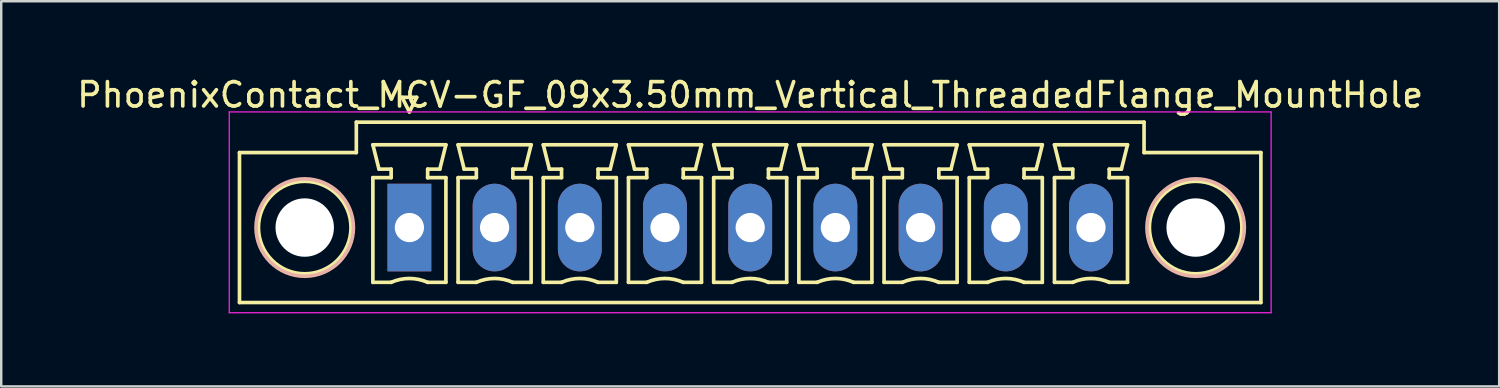
<source format=kicad_pcb>
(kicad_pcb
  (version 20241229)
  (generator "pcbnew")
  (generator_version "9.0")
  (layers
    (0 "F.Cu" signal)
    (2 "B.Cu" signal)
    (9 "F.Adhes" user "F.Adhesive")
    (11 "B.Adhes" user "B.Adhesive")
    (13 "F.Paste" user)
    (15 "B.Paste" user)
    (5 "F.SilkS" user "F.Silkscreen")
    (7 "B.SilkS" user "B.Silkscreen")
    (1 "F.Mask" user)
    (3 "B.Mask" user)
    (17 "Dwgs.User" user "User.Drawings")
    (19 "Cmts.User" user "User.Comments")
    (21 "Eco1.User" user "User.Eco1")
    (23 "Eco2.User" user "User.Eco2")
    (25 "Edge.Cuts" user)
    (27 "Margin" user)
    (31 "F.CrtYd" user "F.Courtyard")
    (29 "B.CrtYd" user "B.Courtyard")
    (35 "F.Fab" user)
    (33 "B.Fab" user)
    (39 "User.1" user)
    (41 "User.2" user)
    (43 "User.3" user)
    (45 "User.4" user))
  (footprint "PhoenixContact_MCV-GF_09x3.50mm_Vertical_ThreadedFlange_MountHole"
    (layer "F.Cu")
    (at 13.768 6.298)
    (property "Reference" "PhoenixContact_MCV-GF_09x3.50mm_Vertical_ThreadedFlange_MountHole" (at 14 -5.45 0) (layer "F.SilkS") (effects (font (size 1 1) (thickness 0.15))))
    (attr through_hole)
    (fp_line (start -6.98 -3.08) (end -6.98 3.08) (stroke (width 0.15) (type solid)) (layer "F.SilkS"))
    (fp_line (start -6.98 3.08) (end 34.98 3.08) (stroke (width 0.15) (type solid)) (layer "F.SilkS"))
    (fp_line (start -2.18 -4.33) (end -2.18 -3.08) (stroke (width 0.15) (type solid)) (layer "F.SilkS"))
    (fp_line (start -2.18 -3.08) (end -6.98 -3.08) (stroke (width 0.15) (type solid)) (layer "F.SilkS"))
    (fp_line (start -1.5 -3.4) (end 1.5 -3.4) (stroke (width 0.15) (type solid)) (layer "F.SilkS"))
    (fp_line (start -1.5 -2.05) (end -0.75 -2.05) (stroke (width 0.15) (type solid)) (layer "F.SilkS"))
    (fp_line (start -1.5 2.25) (end -1.5 -2.05) (stroke (width 0.15) (type solid)) (layer "F.SilkS"))
    (fp_line (start -1.25 -2.4) (end -1.5 -3.4) (stroke (width 0.15) (type solid)) (layer "F.SilkS"))
    (fp_line (start -0.75 -2.4) (end -1.25 -2.4) (stroke (width 0.15) (type solid)) (layer "F.SilkS"))
    (fp_line (start -0.75 -2.05) (end -0.75 -2.4) (stroke (width 0.15) (type solid)) (layer "F.SilkS"))
    (fp_line (start -0.75 2.25) (end -1.5 2.25) (stroke (width 0.15) (type solid)) (layer "F.SilkS"))
    (fp_line (start -0.3 -5.35) (end 0 -4.75) (stroke (width 0.15) (type solid)) (layer "F.SilkS"))
    (fp_line (start 0 -4.75) (end 0.3 -5.35) (stroke (width 0.15) (type solid)) (layer "F.SilkS"))
    (fp_line (start 0.3 -5.35) (end -0.3 -5.35) (stroke (width 0.15) (type solid)) (layer "F.SilkS"))
    (fp_line (start 0.75 -2.4) (end 0.75 -2.05) (stroke (width 0.15) (type solid)) (layer "F.SilkS"))
    (fp_line (start 0.75 -2.05) (end 0.75 -2.05) (stroke (width 0.15) (type solid)) (layer "F.SilkS"))
    (fp_line (start 0.75 -2.05) (end 1.5 -2.05) (stroke (width 0.15) (type solid)) (layer "F.SilkS"))
    (fp_line (start 1.25 -2.4) (end 0.75 -2.4) (stroke (width 0.15) (type solid)) (layer "F.SilkS"))
    (fp_line (start 1.5 -3.4) (end 1.25 -2.4) (stroke (width 0.15) (type solid)) (layer "F.SilkS"))
    (fp_line (start 1.5 -2.05) (end 1.5 2.25) (stroke (width 0.15) (type solid)) (layer "F.SilkS"))
    (fp_line (start 1.5 2.25) (end 0.75 2.25) (stroke (width 0.15) (type solid)) (layer "F.SilkS"))
    (fp_line (start 2 -3.4) (end 5 -3.4) (stroke (width 0.15) (type solid)) (layer "F.SilkS"))
    (fp_line (start 2 -2.05) (end 2.75 -2.05) (stroke (width 0.15) (type solid)) (layer "F.SilkS"))
    (fp_line (start 2 2.25) (end 2 -2.05) (stroke (width 0.15) (type solid)) (layer "F.SilkS"))
    (fp_line (start 2.25 -2.4) (end 2 -3.4) (stroke (width 0.15) (type solid)) (layer "F.SilkS"))
    (fp_line (start 2.75 -2.4) (end 2.25 -2.4) (stroke (width 0.15) (type solid)) (layer "F.SilkS"))
    (fp_line (start 2.75 -2.05) (end 2.75 -2.4) (stroke (width 0.15) (type solid)) (layer "F.SilkS"))
    (fp_line (start 2.75 2.25) (end 2 2.25) (stroke (width 0.15) (type solid)) (layer "F.SilkS"))
    (fp_line (start 4.25 -2.4) (end 4.25 -2.05) (stroke (width 0.15) (type solid)) (layer "F.SilkS"))
    (fp_line (start 4.25 -2.05) (end 4.25 -2.05) (stroke (width 0.15) (type solid)) (layer "F.SilkS"))
    (fp_line (start 4.25 -2.05) (end 5 -2.05) (stroke (width 0.15) (type solid)) (layer "F.SilkS"))
    (fp_line (start 4.75 -2.4) (end 4.25 -2.4) (stroke (width 0.15) (type solid)) (layer "F.SilkS"))
    (fp_line (start 5 -3.4) (end 4.75 -2.4) (stroke (width 0.15) (type solid)) (layer "F.SilkS"))
    (fp_line (start 5 -2.05) (end 5 2.25) (stroke (width 0.15) (type solid)) (layer "F.SilkS"))
    (fp_line (start 5 2.25) (end 4.25 2.25) (stroke (width 0.15) (type solid)) (layer "F.SilkS"))
    (fp_line (start 5.5 -3.4) (end 8.5 -3.4) (stroke (width 0.15) (type solid)) (layer "F.SilkS"))
    (fp_line (start 5.5 -2.05) (end 6.25 -2.05) (stroke (width 0.15) (type solid)) (layer "F.SilkS"))
    (fp_line (start 5.5 2.25) (end 5.5 -2.05) (stroke (width 0.15) (type solid)) (layer "F.SilkS"))
    (fp_line (start 5.75 -2.4) (end 5.5 -3.4) (stroke (width 0.15) (type solid)) (layer "F.SilkS"))
    (fp_line (start 6.25 -2.4) (end 5.75 -2.4) (stroke (width 0.15) (type solid)) (layer "F.SilkS"))
    (fp_line (start 6.25 -2.05) (end 6.25 -2.4) (stroke (width 0.15) (type solid)) (layer "F.SilkS"))
    (fp_line (start 6.25 2.25) (end 5.5 2.25) (stroke (width 0.15) (type solid)) (layer "F.SilkS"))
    (fp_line (start 7.75 -2.4) (end 7.75 -2.05) (stroke (width 0.15) (type solid)) (layer "F.SilkS"))
    (fp_line (start 7.75 -2.05) (end 7.75 -2.05) (stroke (width 0.15) (type solid)) (layer "F.SilkS"))
    (fp_line (start 7.75 -2.05) (end 8.5 -2.05) (stroke (width 0.15) (type solid)) (layer "F.SilkS"))
    (fp_line (start 8.25 -2.4) (end 7.75 -2.4) (stroke (width 0.15) (type solid)) (layer "F.SilkS"))
    (fp_line (start 8.5 -3.4) (end 8.25 -2.4) (stroke (width 0.15) (type solid)) (layer "F.SilkS"))
    (fp_line (start 8.5 -2.05) (end 8.5 2.25) (stroke (width 0.15) (type solid)) (layer "F.SilkS"))
    (fp_line (start 8.5 2.25) (end 7.75 2.25) (stroke (width 0.15) (type solid)) (layer "F.SilkS"))
    (fp_line (start 9 -3.4) (end 12 -3.4) (stroke (width 0.15) (type solid)) (layer "F.SilkS"))
    (fp_line (start 9 -2.05) (end 9.75 -2.05) (stroke (width 0.15) (type solid)) (layer "F.SilkS"))
    (fp_line (start 9 2.25) (end 9 -2.05) (stroke (width 0.15) (type solid)) (layer "F.SilkS"))
    (fp_line (start 9.25 -2.4) (end 9 -3.4) (stroke (width 0.15) (type solid)) (layer "F.SilkS"))
    (fp_line (start 9.75 -2.4) (end 9.25 -2.4) (stroke (width 0.15) (type solid)) (layer "F.SilkS"))
    (fp_line (start 9.75 -2.05) (end 9.75 -2.4) (stroke (width 0.15) (type solid)) (layer "F.SilkS"))
    (fp_line (start 9.75 2.25) (end 9 2.25) (stroke (width 0.15) (type solid)) (layer "F.SilkS"))
    (fp_line (start 11.25 -2.4) (end 11.25 -2.05) (stroke (width 0.15) (type solid)) (layer "F.SilkS"))
    (fp_line (start 11.25 -2.05) (end 11.25 -2.05) (stroke (width 0.15) (type solid)) (layer "F.SilkS"))
    (fp_line (start 11.25 -2.05) (end 12 -2.05) (stroke (width 0.15) (type solid)) (layer "F.SilkS"))
    (fp_line (start 11.75 -2.4) (end 11.25 -2.4) (stroke (width 0.15) (type solid)) (layer "F.SilkS"))
    (fp_line (start 12 -3.4) (end 11.75 -2.4) (stroke (width 0.15) (type solid)) (layer "F.SilkS"))
    (fp_line (start 12 -2.05) (end 12 2.25) (stroke (width 0.15) (type solid)) (layer "F.SilkS"))
    (fp_line (start 12 2.25) (end 11.25 2.25) (stroke (width 0.15) (type solid)) (layer "F.SilkS"))
    (fp_line (start 12.5 -3.4) (end 15.5 -3.4) (stroke (width 0.15) (type solid)) (layer "F.SilkS"))
    (fp_line (start 12.5 -2.05) (end 13.25 -2.05) (stroke (width 0.15) (type solid)) (layer "F.SilkS"))
    (fp_line (start 12.5 2.25) (end 12.5 -2.05) (stroke (width 0.15) (type solid)) (layer "F.SilkS"))
    (fp_line (start 12.75 -2.4) (end 12.5 -3.4) (stroke (width 0.15) (type solid)) (layer "F.SilkS"))
    (fp_line (start 13.25 -2.4) (end 12.75 -2.4) (stroke (width 0.15) (type solid)) (layer "F.SilkS"))
    (fp_line (start 13.25 -2.05) (end 13.25 -2.4) (stroke (width 0.15) (type solid)) (layer "F.SilkS"))
    (fp_line (start 13.25 2.25) (end 12.5 2.25) (stroke (width 0.15) (type solid)) (layer "F.SilkS"))
    (fp_line (start 14.75 -2.4) (end 14.75 -2.05) (stroke (width 0.15) (type solid)) (layer "F.SilkS"))
    (fp_line (start 14.75 -2.05) (end 14.75 -2.05) (stroke (width 0.15) (type solid)) (layer "F.SilkS"))
    (fp_line (start 14.75 -2.05) (end 15.5 -2.05) (stroke (width 0.15) (type solid)) (layer "F.SilkS"))
    (fp_line (start 15.25 -2.4) (end 14.75 -2.4) (stroke (width 0.15) (type solid)) (layer "F.SilkS"))
    (fp_line (start 15.5 -3.4) (end 15.25 -2.4) (stroke (width 0.15) (type solid)) (layer "F.SilkS"))
    (fp_line (start 15.5 -2.05) (end 15.5 2.25) (stroke (width 0.15) (type solid)) (layer "F.SilkS"))
    (fp_line (start 15.5 2.25) (end 14.75 2.25) (stroke (width 0.15) (type solid)) (layer "F.SilkS"))
    (fp_line (start 16 -3.4) (end 19 -3.4) (stroke (width 0.15) (type solid)) (layer "F.SilkS"))
    (fp_line (start 16 -2.05) (end 16.75 -2.05) (stroke (width 0.15) (type solid)) (layer "F.SilkS"))
    (fp_line (start 16 2.25) (end 16 -2.05) (stroke (width 0.15) (type solid)) (layer "F.SilkS"))
    (fp_line (start 16.25 -2.4) (end 16 -3.4) (stroke (width 0.15) (type solid)) (layer "F.SilkS"))
    (fp_line (start 16.75 -2.4) (end 16.25 -2.4) (stroke (width 0.15) (type solid)) (layer "F.SilkS"))
    (fp_line (start 16.75 -2.05) (end 16.75 -2.4) (stroke (width 0.15) (type solid)) (layer "F.SilkS"))
    (fp_line (start 16.75 2.25) (end 16 2.25) (stroke (width 0.15) (type solid)) (layer "F.SilkS"))
    (fp_line (start 18.25 -2.4) (end 18.25 -2.05) (stroke (width 0.15) (type solid)) (layer "F.SilkS"))
    (fp_line (start 18.25 -2.05) (end 18.25 -2.05) (stroke (width 0.15) (type solid)) (layer "F.SilkS"))
    (fp_line (start 18.25 -2.05) (end 19 -2.05) (stroke (width 0.15) (type solid)) (layer "F.SilkS"))
    (fp_line (start 18.75 -2.4) (end 18.25 -2.4) (stroke (width 0.15) (type solid)) (layer "F.SilkS"))
    (fp_line (start 19 -3.4) (end 18.75 -2.4) (stroke (width 0.15) (type solid)) (layer "F.SilkS"))
    (fp_line (start 19 -2.05) (end 19 2.25) (stroke (width 0.15) (type solid)) (layer "F.SilkS"))
    (fp_line (start 19 2.25) (end 18.25 2.25) (stroke (width 0.15) (type solid)) (layer "F.SilkS"))
    (fp_line (start 19.5 -3.4) (end 22.5 -3.4) (stroke (width 0.15) (type solid)) (layer "F.SilkS"))
    (fp_line (start 19.5 -2.05) (end 20.25 -2.05) (stroke (width 0.15) (type solid)) (layer "F.SilkS"))
    (fp_line (start 19.5 2.25) (end 19.5 -2.05) (stroke (width 0.15) (type solid)) (layer "F.SilkS"))
    (fp_line (start 19.75 -2.4) (end 19.5 -3.4) (stroke (width 0.15) (type solid)) (layer "F.SilkS"))
    (fp_line (start 20.25 -2.4) (end 19.75 -2.4) (stroke (width 0.15) (type solid)) (layer "F.SilkS"))
    (fp_line (start 20.25 -2.05) (end 20.25 -2.4) (stroke (width 0.15) (type solid)) (layer "F.SilkS"))
    (fp_line (start 20.25 2.25) (end 19.5 2.25) (stroke (width 0.15) (type solid)) (layer "F.SilkS"))
    (fp_line (start 21.75 -2.4) (end 21.75 -2.05) (stroke (width 0.15) (type solid)) (layer "F.SilkS"))
    (fp_line (start 21.75 -2.05) (end 21.75 -2.05) (stroke (width 0.15) (type solid)) (layer "F.SilkS"))
    (fp_line (start 21.75 -2.05) (end 22.5 -2.05) (stroke (width 0.15) (type solid)) (layer "F.SilkS"))
    (fp_line (start 22.25 -2.4) (end 21.75 -2.4) (stroke (width 0.15) (type solid)) (layer "F.SilkS"))
    (fp_line (start 22.5 -3.4) (end 22.25 -2.4) (stroke (width 0.15) (type solid)) (layer "F.SilkS"))
    (fp_line (start 22.5 -2.05) (end 22.5 2.25) (stroke (width 0.15) (type solid)) (layer "F.SilkS"))
    (fp_line (start 22.5 2.25) (end 21.75 2.25) (stroke (width 0.15) (type solid)) (layer "F.SilkS"))
    (fp_line (start 23 -3.4) (end 26 -3.4) (stroke (width 0.15) (type solid)) (layer "F.SilkS"))
    (fp_line (start 23 -2.05) (end 23.75 -2.05) (stroke (width 0.15) (type solid)) (layer "F.SilkS"))
    (fp_line (start 23 2.25) (end 23 -2.05) (stroke (width 0.15) (type solid)) (layer "F.SilkS"))
    (fp_line (start 23.25 -2.4) (end 23 -3.4) (stroke (width 0.15) (type solid)) (layer "F.SilkS"))
    (fp_line (start 23.75 -2.4) (end 23.25 -2.4) (stroke (width 0.15) (type solid)) (layer "F.SilkS"))
    (fp_line (start 23.75 -2.05) (end 23.75 -2.4) (stroke (width 0.15) (type solid)) (layer "F.SilkS"))
    (fp_line (start 23.75 2.25) (end 23 2.25) (stroke (width 0.15) (type solid)) (layer "F.SilkS"))
    (fp_line (start 25.25 -2.4) (end 25.25 -2.05) (stroke (width 0.15) (type solid)) (layer "F.SilkS"))
    (fp_line (start 25.25 -2.05) (end 25.25 -2.05) (stroke (width 0.15) (type solid)) (layer "F.SilkS"))
    (fp_line (start 25.25 -2.05) (end 26 -2.05) (stroke (width 0.15) (type solid)) (layer "F.SilkS"))
    (fp_line (start 25.75 -2.4) (end 25.25 -2.4) (stroke (width 0.15) (type solid)) (layer "F.SilkS"))
    (fp_line (start 26 -3.4) (end 25.75 -2.4) (stroke (width 0.15) (type solid)) (layer "F.SilkS"))
    (fp_line (start 26 -2.05) (end 26 2.25) (stroke (width 0.15) (type solid)) (layer "F.SilkS"))
    (fp_line (start 26 2.25) (end 25.25 2.25) (stroke (width 0.15) (type solid)) (layer "F.SilkS"))
    (fp_line (start 26.5 -3.4) (end 29.5 -3.4) (stroke (width 0.15) (type solid)) (layer "F.SilkS"))
    (fp_line (start 26.5 -2.05) (end 27.25 -2.05) (stroke (width 0.15) (type solid)) (layer "F.SilkS"))
    (fp_line (start 26.5 2.25) (end 26.5 -2.05) (stroke (width 0.15) (type solid)) (layer "F.SilkS"))
    (fp_line (start 26.75 -2.4) (end 26.5 -3.4) (stroke (width 0.15) (type solid)) (layer "F.SilkS"))
    (fp_line (start 27.25 -2.4) (end 26.75 -2.4) (stroke (width 0.15) (type solid)) (layer "F.SilkS"))
    (fp_line (start 27.25 -2.05) (end 27.25 -2.4) (stroke (width 0.15) (type solid)) (layer "F.SilkS"))
    (fp_line (start 27.25 2.25) (end 26.5 2.25) (stroke (width 0.15) (type solid)) (layer "F.SilkS"))
    (fp_line (start 28.75 -2.4) (end 28.75 -2.05) (stroke (width 0.15) (type solid)) (layer "F.SilkS"))
    (fp_line (start 28.75 -2.05) (end 28.75 -2.05) (stroke (width 0.15) (type solid)) (layer "F.SilkS"))
    (fp_line (start 28.75 -2.05) (end 29.5 -2.05) (stroke (width 0.15) (type solid)) (layer "F.SilkS"))
    (fp_line (start 29.25 -2.4) (end 28.75 -2.4) (stroke (width 0.15) (type solid)) (layer "F.SilkS"))
    (fp_line (start 29.5 -3.4) (end 29.25 -2.4) (stroke (width 0.15) (type solid)) (layer "F.SilkS"))
    (fp_line (start 29.5 -2.05) (end 29.5 2.25) (stroke (width 0.15) (type solid)) (layer "F.SilkS"))
    (fp_line (start 29.5 2.25) (end 28.75 2.25) (stroke (width 0.15) (type solid)) (layer "F.SilkS"))
    (fp_line (start 30.18 -4.33) (end -2.18 -4.33) (stroke (width 0.15) (type solid)) (layer "F.SilkS"))
    (fp_line (start 30.18 -3.08) (end 30.18 -4.33) (stroke (width 0.15) (type solid)) (layer "F.SilkS"))
    (fp_line (start 34.98 -3.08) (end 30.18 -3.08) (stroke (width 0.15) (type solid)) (layer "F.SilkS"))
    (fp_line (start 34.98 3.08) (end 34.98 -3.08) (stroke (width 0.15) (type solid)) (layer "F.SilkS"))
    (fp_arc (start -0.75 2.25) (mid -0.000193 2.09191) (end 0.749647 2.249844) (stroke (width 0.15) (type solid)) (layer "F.SilkS"))
    (fp_arc (start 2.75 2.25) (mid 3.499807 2.09191) (end 4.249647 2.249844) (stroke (width 0.15) (type solid)) (layer "F.SilkS"))
    (fp_arc (start 6.25 2.25) (mid 6.999807 2.09191) (end 7.749647 2.249844) (stroke (width 0.15) (type solid)) (layer "F.SilkS"))
    (fp_arc (start 9.75 2.25) (mid 10.499807 2.09191) (end 11.249647 2.249844) (stroke (width 0.15) (type solid)) (layer "F.SilkS"))
    (fp_arc (start 13.25 2.25) (mid 13.999807 2.09191) (end 14.749647 2.249844) (stroke (width 0.15) (type solid)) (layer "F.SilkS"))
    (fp_arc (start 16.75 2.25) (mid 17.499807 2.09191) (end 18.249647 2.249844) (stroke (width 0.15) (type solid)) (layer "F.SilkS"))
    (fp_arc (start 20.25 2.25) (mid 20.999807 2.09191) (end 21.749647 2.249844) (stroke (width 0.15) (type solid)) (layer "F.SilkS"))
    (fp_arc (start 23.75 2.25) (mid 24.499807 2.09191) (end 25.249647 2.249844) (stroke (width 0.15) (type solid)) (layer "F.SilkS"))
    (fp_arc (start 27.25 2.25) (mid 27.999807 2.09191) (end 28.749647 2.249844) (stroke (width 0.15) (type solid)) (layer "F.SilkS"))
    (fp_circle (center -4.3 0) (end -2.4 0) (stroke (width 0.15) (type solid)) (fill no) (layer "F.SilkS"))
    (fp_circle (center 32.3 0) (end 34.2 0) (stroke (width 0.15) (type solid)) (fill no) (layer "F.SilkS"))
    (fp_circle (center -4.3 0) (end -2.3 0) (stroke (width 0.15) (type solid)) (fill no) (layer "B.SilkS"))
    (fp_circle (center 32.3 0) (end 34.3 0) (stroke (width 0.15) (type solid)) (fill no) (layer "B.SilkS"))
    (fp_line (start -7.4 -4.75) (end -7.4 3.5) (stroke (width 0.05) (type solid)) (layer "F.CrtYd"))
    (fp_line (start -7.4 3.5) (end 35.4 3.5) (stroke (width 0.05) (type solid)) (layer "F.CrtYd"))
    (fp_line (start 35.4 -4.75) (end -7.4 -4.75) (stroke (width 0.05) (type solid)) (layer "F.CrtYd"))
    (fp_line (start 35.4 3.5) (end 35.4 -4.75) (stroke (width 0.05) (type solid)) (layer "F.CrtYd"))
    (pad "" np_thru_hole circle (at -4.3 0) (size 2.4 2.4) (drill 2.4) (layers "*.Cu" "*.Mask"))
    (pad "" np_thru_hole circle (at 32.3 0) (size 2.4 2.4) (drill 2.4) (layers "*.Cu" "*.Mask"))
    (pad "1" thru_hole rect (at 0 0) (size 1.8 3.6) (drill 1.2) (layers "*.Cu" "*.Mask"))
    (pad "2" thru_hole oval (at 3.5 0) (size 1.8 3.6) (drill 1.2) (layers "*.Cu" "*.Mask"))
    (pad "3" thru_hole oval (at 7 0) (size 1.8 3.6) (drill 1.2) (layers "*.Cu" "*.Mask"))
    (pad "4" thru_hole oval (at 10.5 0) (size 1.8 3.6) (drill 1.2) (layers "*.Cu" "*.Mask"))
    (pad "5" thru_hole oval (at 14 0) (size 1.8 3.6) (drill 1.2) (layers "*.Cu" "*.Mask"))
    (pad "6" thru_hole oval (at 17.5 0) (size 1.8 3.6) (drill 1.2) (layers "*.Cu" "*.Mask"))
    (pad "7" thru_hole oval (at 21 0) (size 1.8 3.6) (drill 1.2) (layers "*.Cu" "*.Mask"))
    (pad "8" thru_hole oval (at 24.5 0) (size 1.8 3.6) (drill 1.2) (layers "*.Cu" "*.Mask"))
    (pad "9" thru_hole oval (at 28 0) (size 1.8 3.6) (drill 1.2) (layers "*.Cu" "*.Mask")))
  (gr_rect
    (start -3 -3)
    (end 58.536 12.823)
    (stroke (width 0.1) (type default))
    (fill no)
    (layer "Edge.Cuts")))
</source>
